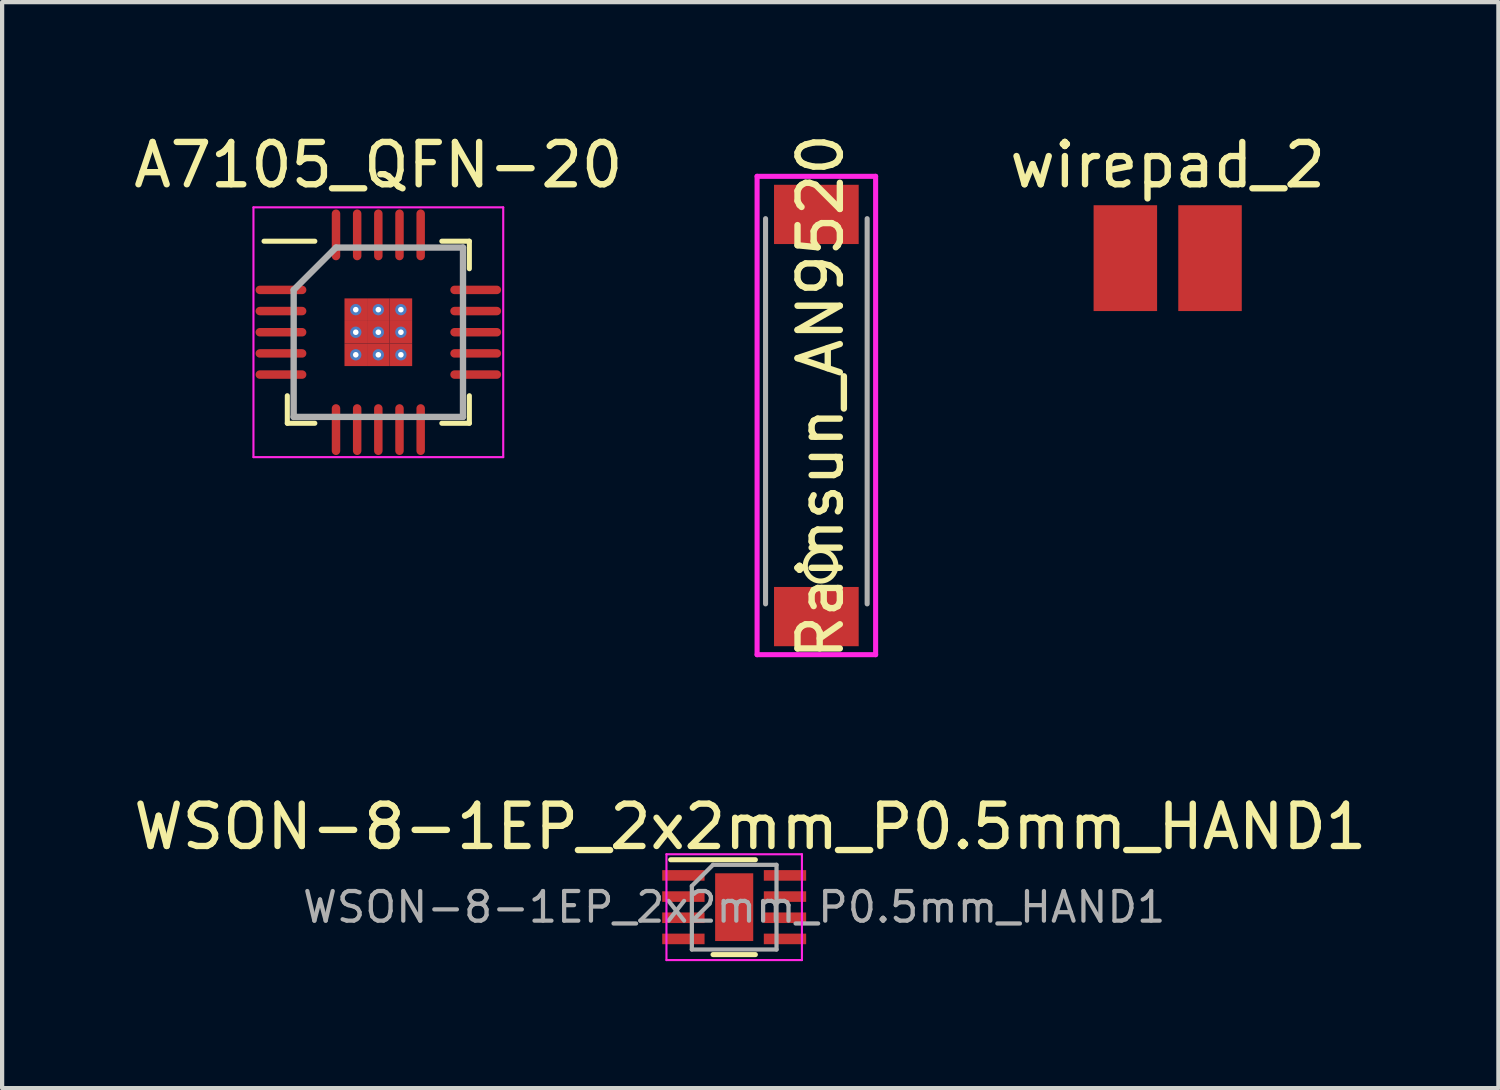
<source format=kicad_pcb>
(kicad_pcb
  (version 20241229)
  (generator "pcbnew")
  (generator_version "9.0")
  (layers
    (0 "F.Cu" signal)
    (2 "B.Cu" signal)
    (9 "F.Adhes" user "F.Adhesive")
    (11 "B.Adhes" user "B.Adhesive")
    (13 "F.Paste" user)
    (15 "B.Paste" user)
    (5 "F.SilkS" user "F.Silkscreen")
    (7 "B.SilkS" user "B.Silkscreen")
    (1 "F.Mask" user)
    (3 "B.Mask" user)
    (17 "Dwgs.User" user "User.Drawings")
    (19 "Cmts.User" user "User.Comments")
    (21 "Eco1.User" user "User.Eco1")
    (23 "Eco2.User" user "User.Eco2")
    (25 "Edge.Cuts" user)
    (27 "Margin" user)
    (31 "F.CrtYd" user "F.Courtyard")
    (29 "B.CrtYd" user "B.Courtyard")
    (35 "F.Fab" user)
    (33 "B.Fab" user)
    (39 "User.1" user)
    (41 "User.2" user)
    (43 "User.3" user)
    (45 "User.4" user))
  (footprint "WSON-8-1EP_2x2mm_P0.5mm_HAND1"
    (layer "F.Cu")
    (at 14.293 18.379)
    (property "Reference" "WSON-8-1EP_2x2mm_P0.5mm_HAND1" (at 0.38 -1.9 0) (layer "F.SilkS") (effects (font (size 1 1) (thickness 0.15))))
    (attr smd)
    (fp_line (start -1.5 -1.12) (end 0.5 -1.12) (stroke (width 0.12) (type solid)) (layer "F.SilkS"))
    (fp_line (start 0.5 1.12) (end -0.5 1.12) (stroke (width 0.12) (type solid)) (layer "F.SilkS"))
    (fp_line (start -1.6 -1.25) (end -1.6 1.25) (stroke (width 0.05) (type solid)) (layer "F.CrtYd"))
    (fp_line (start -1.6 -1.25) (end 1.6 -1.25) (stroke (width 0.05) (type solid)) (layer "F.CrtYd"))
    (fp_line (start -1.6 1.25) (end 1.6 1.25) (stroke (width 0.05) (type solid)) (layer "F.CrtYd"))
    (fp_line (start 1.6 -1.25) (end 1.6 1.25) (stroke (width 0.05) (type solid)) (layer "F.CrtYd"))
    (fp_line (start -1 1) (end -1 -0.5) (stroke (width 0.1) (type solid)) (layer "F.Fab"))
    (fp_line (start -0.5 -1) (end -1 -0.5) (stroke (width 0.1) (type solid)) (layer "F.Fab"))
    (fp_line (start -0.5 -1) (end 1 -1) (stroke (width 0.1) (type solid)) (layer "F.Fab"))
    (fp_line (start 1 -1) (end 1 1) (stroke (width 0.1) (type solid)) (layer "F.Fab"))
    (fp_line (start 1 1) (end -1 1) (stroke (width 0.1) (type solid)) (layer "F.Fab"))
    (fp_text user "${REFERENCE}" (at 0 0 0) (layer "F.Fab") (effects (font (size 0.7 0.7) (thickness 0.1))))
    (pad "" smd rect (at 0 -0.4) (size 0.75 0.65) (layers "F.Paste"))
    (pad "" smd rect (at 0 0.4) (size 0.75 0.65) (layers "F.Paste"))
    (pad "1" smd rect (at -1.2 -0.75) (size 1 0.25) (layers "F.Cu" "F.Mask" "F.Paste"))
    (pad "2" smd rect (at -1.2 -0.25) (size 1 0.25) (layers "F.Cu" "F.Mask" "F.Paste"))
    (pad "3" smd rect (at -1.2 0.25) (size 1 0.25) (layers "F.Cu" "F.Mask" "F.Paste"))
    (pad "4" smd rect (at -1.2 0.75) (size 1 0.25) (layers "F.Cu" "F.Mask" "F.Paste"))
    (pad "5" smd rect (at 1.2 0.75) (size 1 0.25) (layers "F.Cu" "F.Mask" "F.Paste"))
    (pad "6" smd rect (at 1.2 0.25) (size 1 0.25) (layers "F.Cu" "F.Mask" "F.Paste"))
    (pad "7" smd rect (at 1.2 -0.25) (size 1 0.25) (layers "F.Cu" "F.Mask" "F.Paste"))
    (pad "8" smd rect (at 1.2 -0.75) (size 1 0.25) (layers "F.Cu" "F.Mask" "F.Paste"))
    (pad "9" smd rect (at 0 0) (size 0.9 1.6) (layers "F.Cu" "F.Mask")))
  (footprint "A7105_QFN-20"
    (layer "F.Cu")
    (at 5.887 4.798)
    (property "Reference" "A7105_QFN-20" (at 0 -3.95 0) (layer "F.SilkS") (effects (font (size 1 1) (thickness 0.15))))
    (attr smd)
    (fp_line (start -2.15 2.15) (end -2.15 1.5) (stroke (width 0.12) (type solid)) (layer "F.SilkS"))
    (fp_line (start -1.5 -2.15) (end -2.7 -2.15) (stroke (width 0.12) (type solid)) (layer "F.SilkS"))
    (fp_line (start -1.5 2.15) (end -2.15 2.15) (stroke (width 0.12) (type solid)) (layer "F.SilkS"))
    (fp_line (start 1.5 -2.15) (end 2.15 -2.15) (stroke (width 0.12) (type solid)) (layer "F.SilkS"))
    (fp_line (start 1.5 2.15) (end 2.15 2.15) (stroke (width 0.12) (type solid)) (layer "F.SilkS"))
    (fp_line (start 2.15 -2.15) (end 2.15 -1.5) (stroke (width 0.12) (type solid)) (layer "F.SilkS"))
    (fp_line (start 2.15 2.15) (end 2.15 1.5) (stroke (width 0.12) (type solid)) (layer "F.SilkS"))
    (fp_poly (pts (xy 0.65 -0.3) (xy -0.7 -0.3) (xy -0.7 -0.65) (xy 0.65 -0.65)) (stroke (width 0.1) (type solid)) (fill yes) (layer "F.Paste"))
    (fp_poly (pts (xy 0.65 0.7) (xy -0.7 0.7) (xy -0.7 0.35) (xy 0.65 0.35)) (stroke (width 0.1) (type solid)) (fill yes) (layer "F.Paste"))
    (fp_line (start -2.95 -2.95) (end 2.95 -2.95) (stroke (width 0.05) (type solid)) (layer "F.CrtYd"))
    (fp_line (start -2.95 2.95) (end -2.95 -2.95) (stroke (width 0.05) (type solid)) (layer "F.CrtYd"))
    (fp_line (start 2.95 -2.95) (end 2.95 2.95) (stroke (width 0.05) (type solid)) (layer "F.CrtYd"))
    (fp_line (start 2.95 2.95) (end -2.95 2.95) (stroke (width 0.05) (type solid)) (layer "F.CrtYd"))
    (fp_line (start -2 -1) (end -2 2) (stroke (width 0.15) (type solid)) (layer "F.Fab"))
    (fp_line (start -2 2) (end 2 2) (stroke (width 0.15) (type solid)) (layer "F.Fab"))
    (fp_line (start -1 -2) (end -2 -1) (stroke (width 0.15) (type solid)) (layer "F.Fab"))
    (fp_line (start 2 -2) (end -1 -2) (stroke (width 0.15) (type solid)) (layer "F.Fab"))
    (fp_line (start 2 2) (end 2 -2) (stroke (width 0.15) (type solid)) (layer "F.Fab"))
    (pad "1" smd oval (at -2.3 -1 90) (size 0.2 1.2) (layers "F.Cu" "F.Mask" "F.Paste"))
    (pad "2" smd oval (at -2.3 -0.5 90) (size 0.2 1.2) (layers "F.Cu" "F.Mask" "F.Paste"))
    (pad "3" smd oval (at -2.3 0 90) (size 0.2 1.2) (layers "F.Cu" "F.Mask" "F.Paste"))
    (pad "4" smd oval (at -2.3 0.5 90) (size 0.2 1.2) (layers "F.Cu" "F.Mask" "F.Paste"))
    (pad "5" smd oval (at -2.3 1 90) (size 0.2 1.2) (layers "F.Cu" "F.Mask" "F.Paste"))
    (pad "6" smd oval (at -1 2.3) (size 0.2 1.2) (layers "F.Cu" "F.Mask" "F.Paste"))
    (pad "7" smd oval (at -0.5 2.3) (size 0.2 1.2) (layers "F.Cu" "F.Mask" "F.Paste"))
    (pad "8" smd oval (at 0 2.3) (size 0.2 1.2) (layers "F.Cu" "F.Mask" "F.Paste"))
    (pad "9" smd oval (at 0.5 2.3) (size 0.2 1.2) (layers "F.Cu" "F.Mask" "F.Paste"))
    (pad "10" smd oval (at 1 2.3) (size 0.2 1.2) (layers "F.Cu" "F.Mask" "F.Paste"))
    (pad "11" smd oval (at 2.3 1 90) (size 0.2 1.2) (layers "F.Cu" "F.Mask" "F.Paste"))
    (pad "12" smd oval (at 2.3 0.5 90) (size 0.2 1.2) (layers "F.Cu" "F.Mask" "F.Paste"))
    (pad "13" smd oval (at 2.3 0 90) (size 0.2 1.2) (layers "F.Cu" "F.Mask" "F.Paste"))
    (pad "14" smd oval (at 2.3 -0.5 90) (size 0.2 1.2) (layers "F.Cu" "F.Mask" "F.Paste"))
    (pad "15" smd oval (at 2.3 -1 90) (size 0.2 1.2) (layers "F.Cu" "F.Mask" "F.Paste"))
    (pad "16" smd oval (at 1 -2.3) (size 0.2 1.2) (layers "F.Cu" "F.Mask" "F.Paste"))
    (pad "17" smd oval (at 0.5 -2.3) (size 0.2 1.2) (layers "F.Cu" "F.Mask" "F.Paste"))
    (pad "18" smd oval (at 0 -2.3) (size 0.2 1.2) (layers "F.Cu" "F.Mask" "F.Paste"))
    (pad "19" smd oval (at -0.5 -2.3) (size 0.2 1.2) (layers "F.Cu" "F.Mask" "F.Paste"))
    (pad "20" smd oval (at -1 -2.3) (size 0.2 1.2) (layers "F.Cu" "F.Mask" "F.Paste"))
    (pad "21" thru_hole circle (at -0.533 -0.533) (size 0.267 0.267) (drill 0.133) (layers "*.Cu" "*.Mask"))
    (pad "21" smd rect (at -0.533 -0.533) (size 0.533 0.533) (layers "F.Cu" "F.Mask" "F.Paste"))
    (pad "21" thru_hole circle (at -0.533 0) (size 0.267 0.267) (drill 0.133) (layers "*.Cu" "*.Mask"))
    (pad "21" smd rect (at -0.533 0) (size 0.533 0.533) (layers "F.Cu" "F.Mask" "F.Paste"))
    (pad "21" thru_hole circle (at -0.533 0.533) (size 0.267 0.267) (drill 0.133) (layers "*.Cu" "*.Mask"))
    (pad "21" smd rect (at -0.533 0.533) (size 0.533 0.533) (layers "F.Cu" "F.Mask" "F.Paste"))
    (pad "21" thru_hole circle (at 0 -0.533) (size 0.267 0.267) (drill 0.133) (layers "*.Cu" "*.Mask"))
    (pad "21" smd rect (at 0 -0.533) (size 0.533 0.533) (layers "F.Cu" "F.Mask" "F.Paste"))
    (pad "21" thru_hole circle (at 0 0) (size 0.267 0.267) (drill 0.133) (layers "*.Cu" "*.Mask"))
    (pad "21" smd rect (at 0 0) (size 0.533 0.533) (layers "F.Cu" "F.Mask" "F.Paste"))
    (pad "21" thru_hole circle (at 0 0.533) (size 0.267 0.267) (drill 0.133) (layers "*.Cu" "*.Mask"))
    (pad "21" smd rect (at 0 0.533) (size 0.533 0.533) (layers "F.Cu" "F.Mask" "F.Paste"))
    (pad "21" thru_hole circle (at 0.533 -0.533) (size 0.267 0.267) (drill 0.133) (layers "*.Cu" "*.Mask"))
    (pad "21" smd rect (at 0.533 -0.533) (size 0.533 0.533) (layers "F.Cu" "F.Mask" "F.Paste"))
    (pad "21" thru_hole circle (at 0.533 0) (size 0.267 0.267) (drill 0.133) (layers "*.Cu" "*.Mask"))
    (pad "21" smd rect (at 0.533 0) (size 0.533 0.533) (layers "F.Cu" "F.Mask" "F.Paste"))
    (pad "21" thru_hole circle (at 0.533 0.533) (size 0.267 0.267) (drill 0.133) (layers "*.Cu" "*.Mask"))
    (pad "21" smd rect (at 0.533 0.533) (size 0.533 0.533) (layers "F.Cu" "F.Mask" "F.Paste")))
  (footprint "Rainsun_AN9520"
    (layer "F.Cu")
    (at 16.234 11.515)
    (property "Reference" "Rainsun_AN9520" (at 0.1 -5.2 90) (unlocked yes) (layer "F.SilkS") (effects (font (size 1 1) (thickness 0.15))))
    (attr through_hole)
    (fp_circle (center 0.1 -1.2) (end 0.4 -1) (stroke (width 0.12) (type solid)) (fill no) (layer "F.SilkS"))
    (fp_line (start -1.4 -10.4) (end -1.4 0.9) (stroke (width 0.12) (type solid)) (layer "F.CrtYd"))
    (fp_line (start -1.4 0.9) (end 1.4 0.9) (stroke (width 0.12) (type solid)) (layer "F.CrtYd"))
    (fp_line (start 1.4 -10.4) (end -1.4 -10.4) (stroke (width 0.12) (type solid)) (layer "F.CrtYd"))
    (fp_line (start 1.4 0.9) (end 1.4 -10.4) (stroke (width 0.12) (type solid)) (layer "F.CrtYd"))
    (fp_line (start -1.2 -9.4) (end -1.2 -0.3) (stroke (width 0.12) (type solid)) (layer "F.Fab"))
    (fp_line (start 1.2 -9.4) (end 1.2 -0.3) (stroke (width 0.12) (type solid)) (layer "F.Fab"))
    (pad "1" smd rect (at 0 0) (size 2 1.4) (layers "F.Cu" "F.Mask" "F.Paste"))
    (pad "2" smd rect (at 0 -9.5) (size 2 1.4) (layers "F.Cu" "F.Mask" "F.Paste")))
  (footprint "wirepad_2"
    (layer "F.Cu")
    (at 24.533 3.048)
    (property "Reference" "wirepad_2" (at 0 -2.2 0) (unlocked yes) (layer "F.SilkS") (effects (font (size 1 1) (thickness 0.15))))
    (attr through_hole)
    (pad "1" smd rect (at -1 0) (size 1.5 2.5) (layers "F.Cu" "F.Mask" "F.Paste"))
    (pad "2" smd rect (at 1 0) (size 1.5 2.5) (layers "F.Cu" "F.Mask" "F.Paste")))
  (gr_rect
    (start -3 -3)
    (end 32.345 22.654)
    (stroke (width 0.1) (type default))
    (fill no)
    (layer "Edge.Cuts")))
</source>
